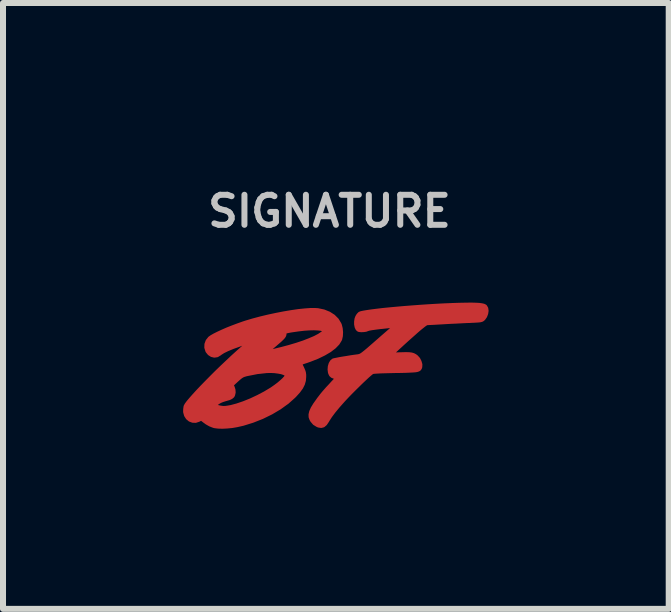
<source format=kicad_pcb>
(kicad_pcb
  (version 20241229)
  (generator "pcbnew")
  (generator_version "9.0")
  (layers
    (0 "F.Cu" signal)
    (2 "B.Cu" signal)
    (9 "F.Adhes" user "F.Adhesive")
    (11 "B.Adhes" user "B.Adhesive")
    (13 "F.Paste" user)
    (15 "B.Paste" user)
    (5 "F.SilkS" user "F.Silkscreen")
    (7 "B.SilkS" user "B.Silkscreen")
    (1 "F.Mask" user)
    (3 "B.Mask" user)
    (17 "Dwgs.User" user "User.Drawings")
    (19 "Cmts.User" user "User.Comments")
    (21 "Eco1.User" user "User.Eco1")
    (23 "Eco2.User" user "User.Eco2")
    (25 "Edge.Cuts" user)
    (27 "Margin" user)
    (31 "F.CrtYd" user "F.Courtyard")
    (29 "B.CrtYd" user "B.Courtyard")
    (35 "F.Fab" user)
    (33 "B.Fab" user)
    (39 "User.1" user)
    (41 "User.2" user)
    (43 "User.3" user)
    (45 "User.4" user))
  (footprint "SIGNATURE"
    (layer "F.Cu")
    (at 2.438 3.008)
    (property "Reference" "SIGNATURE" (at 0 -2.54 0) (layer "Dwgs.User") (effects (font (size 0.5 0.5) (thickness 0.1))))
    (attr through_hole)
    (fp_poly (pts (xy 2.625 -0.881) (xy 2.618 -0.834) (xy 2.6 -0.787) (xy 2.572 -0.747) (xy 2.556 -0.733) (xy 2.544 -0.725) (xy 2.528 -0.719) (xy 2.504 -0.714) (xy 2.47 -0.711) (xy 2.421 -0.708) (xy 2.355 -0.705) (xy 2.347 -0.704) (xy 2.281 -0.702) (xy 2.2 -0.698) (xy 2.11 -0.693) (xy 2.018 -0.689) (xy 1.929 -0.684) (xy 1.9 -0.682) (xy 1.827 -0.678) (xy 1.76 -0.674) (xy 1.703 -0.671) (xy 1.66 -0.669) (xy 1.631 -0.667) (xy 1.622 -0.667) (xy 1.609 -0.66) (xy 1.584 -0.643) (xy 1.551 -0.617) (xy 1.516 -0.589) (xy 1.485 -0.563) (xy 1.444 -0.527) (xy 1.397 -0.485) (xy 1.344 -0.438) (xy 1.29 -0.39) (xy 1.236 -0.341) (xy 1.185 -0.294) (xy 1.139 -0.252) (xy 1.1 -0.216) (xy 1.072 -0.189) (xy 1.056 -0.173) (xy 1.053 -0.17) (xy 1.061 -0.166) (xy 1.087 -0.164) (xy 1.129 -0.164) (xy 1.186 -0.166) (xy 1.193 -0.166) (xy 1.266 -0.168) (xy 1.322 -0.167) (xy 1.365 -0.162) (xy 1.399 -0.152) (xy 1.428 -0.137) (xy 1.452 -0.119) (xy 1.486 -0.081) (xy 1.509 -0.035) (xy 1.522 0.012) (xy 1.52 0.055) (xy 1.513 0.075) (xy 1.505 0.087) (xy 1.495 0.098) (xy 1.48 0.106) (xy 1.459 0.113) (xy 1.429 0.118) (xy 1.388 0.121) (xy 1.334 0.124) (xy 1.265 0.127) (xy 1.178 0.129) (xy 1.095 0.13) (xy 1.01 0.132) (xy 0.931 0.134) (xy 0.861 0.136) (xy 0.801 0.139) (xy 0.756 0.142) (xy 0.728 0.145) (xy 0.72 0.146) (xy 0.703 0.157) (xy 0.674 0.181) (xy 0.634 0.216) (xy 0.587 0.26) (xy 0.533 0.311) (xy 0.476 0.367) (xy 0.417 0.425) (xy 0.359 0.483) (xy 0.304 0.54) (xy 0.254 0.593) (xy 0.23 0.619) (xy 0.146 0.714) (xy 0.076 0.799) (xy 0.02 0.874) (xy -0.024 0.942) (xy -0.031 0.955) (xy -0.065 1.005) (xy -0.1 1.035) (xy -0.138 1.045) (xy -0.183 1.038) (xy -0.201 1.031) (xy -0.255 0.998) (xy -0.296 0.95) (xy -0.309 0.927) (xy -0.323 0.888) (xy -0.324 0.845) (xy -0.313 0.797) (xy -0.288 0.741) (xy -0.248 0.675) (xy -0.193 0.598) (xy -0.188 0.59) (xy -0.157 0.55) (xy -0.131 0.516) (xy -0.104 0.483) (xy -0.074 0.449) (xy -0.039 0.409) (xy 0.006 0.361) (xy 0.045 0.318) (xy 0.118 0.24) (xy 0.08 0.227) (xy 0.041 0.211) (xy 0.018 0.19) (xy 0.003 0.158) (xy -0.001 0.145) (xy -0.007 0.096) (xy -0.003 0.045) (xy 0.011 -0.002) (xy 0.033 -0.039) (xy 0.061 -0.062) (xy 0.063 -0.063) (xy 0.082 -0.068) (xy 0.118 -0.075) (xy 0.167 -0.085) (xy 0.226 -0.095) (xy 0.29 -0.105) (xy 0.355 -0.116) (xy 0.418 -0.125) (xy 0.472 -0.132) (xy 0.488 -0.135) (xy 0.504 -0.139) (xy 0.52 -0.147) (xy 0.54 -0.159) (xy 0.565 -0.178) (xy 0.598 -0.204) (xy 0.641 -0.24) (xy 0.695 -0.287) (xy 0.758 -0.342) (xy 0.82 -0.396) (xy 0.879 -0.448) (xy 0.932 -0.494) (xy 0.978 -0.534) (xy 1.013 -0.564) (xy 1.035 -0.583) (xy 1.037 -0.585) (xy 1.06 -0.606) (xy 1.072 -0.62) (xy 1.071 -0.624) (xy 1.058 -0.623) (xy 1.026 -0.62) (xy 0.981 -0.616) (xy 0.925 -0.61) (xy 0.861 -0.603) (xy 0.856 -0.603) (xy 0.775 -0.593) (xy 0.71 -0.584) (xy 0.663 -0.576) (xy 0.636 -0.568) (xy 0.631 -0.566) (xy 0.607 -0.557) (xy 0.571 -0.552) (xy 0.531 -0.55) (xy 0.496 -0.553) (xy 0.482 -0.557) (xy 0.46 -0.576) (xy 0.444 -0.61) (xy 0.435 -0.654) (xy 0.435 -0.702) (xy 0.442 -0.749) (xy 0.455 -0.783) (xy 0.474 -0.814) (xy 0.496 -0.837) (xy 0.501 -0.841) (xy 0.524 -0.85) (xy 0.565 -0.859) (xy 0.625 -0.869) (xy 0.7 -0.88) (xy 0.788 -0.891) (xy 0.889 -0.903) (xy 1 -0.914) (xy 1.119 -0.925) (xy 1.244 -0.936) (xy 1.374 -0.946) (xy 1.507 -0.956) (xy 1.64 -0.965) (xy 1.773 -0.973) (xy 1.903 -0.98) (xy 2.028 -0.985) (xy 2.043 -0.986) (xy 2.169 -0.99) (xy 2.275 -0.992) (xy 2.364 -0.993) (xy 2.435 -0.991) (xy 2.492 -0.988) (xy 2.536 -0.982) (xy 2.568 -0.975) (xy 2.591 -0.964) (xy 2.6 -0.957) (xy 2.619 -0.924) (xy 2.625 -0.881)) (stroke (width 0.05) (type solid)) (fill yes) (layer "F.Cu"))
    (fp_poly (pts (xy 0.201 -0.525) (xy 0.198 -0.462) (xy 0.186 -0.408) (xy 0.18 -0.395) (xy 0.143 -0.335) (xy 0.085 -0.275) (xy 0.008 -0.216) (xy -0.08 -0.164) (xy -0.08 -0.547) (xy -0.106 -0.562) (xy -0.14 -0.573) (xy -0.192 -0.579) (xy -0.259 -0.582) (xy -0.337 -0.58) (xy -0.425 -0.574) (xy -0.518 -0.563) (xy -0.615 -0.549) (xy -0.648 -0.544) (xy -0.692 -0.535) (xy -0.72 -0.529) (xy -0.734 -0.522) (xy -0.74 -0.512) (xy -0.741 -0.498) (xy -0.741 -0.498) (xy -0.743 -0.48) (xy -0.75 -0.462) (xy -0.764 -0.441) (xy -0.788 -0.415) (xy -0.823 -0.382) (xy -0.872 -0.34) (xy -0.904 -0.312) (xy -0.947 -0.276) (xy -0.983 -0.244) (xy -1.01 -0.221) (xy -1.025 -0.207) (xy -1.027 -0.205) (xy -1.02 -0.204) (xy -1.001 -0.207) (xy -0.966 -0.214) (xy -0.916 -0.225) (xy -0.847 -0.242) (xy -0.794 -0.255) (xy -0.667 -0.289) (xy -0.546 -0.325) (xy -0.435 -0.362) (xy -0.335 -0.401) (xy -0.248 -0.438) (xy -0.177 -0.475) (xy -0.125 -0.51) (xy -0.117 -0.516) (xy -0.08 -0.547) (xy -0.08 -0.164) (xy -0.087 -0.16) (xy -0.198 -0.106) (xy -0.325 -0.056) (xy -0.376 -0.038) (xy -0.416 -0.025) (xy -0.449 -0.014) (xy -0.469 -0.007) (xy -0.472 -0.006) (xy -0.474 0.005) (xy -0.466 0.032) (xy -0.448 0.069) (xy -0.429 0.112) (xy -0.418 0.146) (xy -0.413 0.184) (xy -0.413 0.217) (xy -0.418 0.28) (xy -0.435 0.34) (xy -0.465 0.4) (xy -0.511 0.463) (xy -0.573 0.532) (xy -0.592 0.551) (xy -0.701 0.648) (xy -0.72 0.661) (xy -0.72 0.198) (xy -0.73 0.18) (xy -0.758 0.164) (xy -0.8 0.15) (xy -0.854 0.14) (xy -0.916 0.132) (xy -0.982 0.129) (xy -1.048 0.131) (xy -1.203 0.148) (xy -1.36 0.179) (xy -1.388 0.185) (xy -1.422 0.195) (xy -1.45 0.207) (xy -1.477 0.225) (xy -1.51 0.252) (xy -1.54 0.279) (xy -1.622 0.355) (xy -1.605 0.389) (xy -1.591 0.433) (xy -1.588 0.48) (xy -1.598 0.523) (xy -1.609 0.543) (xy -1.634 0.564) (xy -1.668 0.581) (xy -1.675 0.583) (xy -1.738 0.601) (xy -1.784 0.616) (xy -1.82 0.631) (xy -1.849 0.648) (xy -1.863 0.658) (xy -1.886 0.677) (xy -1.899 0.692) (xy -1.9 0.697) (xy -1.883 0.706) (xy -1.852 0.715) (xy -1.815 0.723) (xy -1.778 0.728) (xy -1.764 0.729) (xy -1.734 0.728) (xy -1.692 0.722) (xy -1.646 0.714) (xy -1.644 0.714) (xy -1.543 0.687) (xy -1.431 0.649) (xy -1.312 0.601) (xy -1.193 0.545) (xy -1.077 0.484) (xy -0.969 0.419) (xy -0.957 0.411) (xy -0.903 0.373) (xy -0.851 0.334) (xy -0.804 0.294) (xy -0.765 0.258) (xy -0.737 0.227) (xy -0.721 0.205) (xy -0.72 0.198) (xy -0.72 0.661) (xy -0.828 0.739) (xy -0.968 0.822) (xy -1.119 0.896) (xy -1.276 0.958) (xy -1.436 1.008) (xy -1.541 1.032) (xy -1.622 1.046) (xy -1.704 1.054) (xy -1.783 1.058) (xy -1.853 1.056) (xy -1.911 1.049) (xy -1.931 1.044) (xy -1.99 1.021) (xy -2.045 0.99) (xy -2.088 0.959) (xy -2.136 0.922) (xy -2.177 0.943) (xy -2.229 0.96) (xy -2.28 0.958) (xy -2.328 0.94) (xy -2.368 0.907) (xy -2.397 0.862) (xy -2.412 0.808) (xy -2.413 0.788) (xy -2.411 0.749) (xy -2.406 0.715) (xy -2.402 0.703) (xy -2.387 0.676) (xy -2.358 0.637) (xy -2.316 0.587) (xy -2.263 0.527) (xy -2.201 0.459) (xy -2.13 0.384) (xy -2.053 0.305) (xy -1.97 0.221) (xy -1.885 0.136) (xy -1.797 0.051) (xy -1.708 -0.033) (xy -1.621 -0.115) (xy -1.536 -0.192) (xy -1.455 -0.264) (xy -1.431 -0.285) (xy -1.396 -0.315) (xy -1.369 -0.339) (xy -1.352 -0.355) (xy -1.348 -0.36) (xy -1.359 -0.357) (xy -1.386 -0.348) (xy -1.426 -0.334) (xy -1.475 -0.318) (xy -1.493 -0.311) (xy -1.605 -0.271) (xy -1.697 -0.233) (xy -1.767 -0.199) (xy -1.817 -0.167) (xy -1.827 -0.159) (xy -1.87 -0.133) (xy -1.918 -0.126) (xy -1.964 -0.137) (xy -2.006 -0.164) (xy -2.04 -0.206) (xy -2.042 -0.211) (xy -2.06 -0.268) (xy -2.058 -0.326) (xy -2.038 -0.381) (xy -1.999 -0.43) (xy -1.999 -0.43) (xy -1.968 -0.452) (xy -1.921 -0.479) (xy -1.859 -0.51) (xy -1.786 -0.544) (xy -1.706 -0.579) (xy -1.62 -0.613) (xy -1.532 -0.646) (xy -1.445 -0.677) (xy -1.397 -0.693) (xy -1.276 -0.729) (xy -1.149 -0.763) (xy -1.019 -0.794) (xy -0.888 -0.822) (xy -0.759 -0.847) (xy -0.635 -0.868) (xy -0.518 -0.885) (xy -0.411 -0.896) (xy -0.317 -0.903) (xy -0.239 -0.903) (xy -0.194 -0.9) (xy -0.094 -0.879) (xy -0.005 -0.843) (xy 0.07 -0.795) (xy 0.13 -0.735) (xy 0.173 -0.664) (xy 0.181 -0.645) (xy 0.195 -0.589) (xy 0.201 -0.525)) (stroke (width 0.05) (type solid)) (fill yes) (layer "F.Cu"))
    (fp_poly (pts (xy 2.625 -0.881) (xy 2.618 -0.834) (xy 2.6 -0.787) (xy 2.572 -0.747) (xy 2.556 -0.733) (xy 2.544 -0.725) (xy 2.528 -0.719) (xy 2.504 -0.714) (xy 2.47 -0.711) (xy 2.421 -0.708) (xy 2.355 -0.705) (xy 2.347 -0.704) (xy 2.281 -0.702) (xy 2.2 -0.698) (xy 2.11 -0.693) (xy 2.018 -0.689) (xy 1.929 -0.684) (xy 1.9 -0.682) (xy 1.827 -0.678) (xy 1.76 -0.674) (xy 1.703 -0.671) (xy 1.66 -0.669) (xy 1.631 -0.667) (xy 1.622 -0.667) (xy 1.609 -0.66) (xy 1.584 -0.643) (xy 1.551 -0.617) (xy 1.516 -0.589) (xy 1.485 -0.563) (xy 1.444 -0.527) (xy 1.397 -0.485) (xy 1.344 -0.438) (xy 1.29 -0.39) (xy 1.236 -0.341) (xy 1.185 -0.294) (xy 1.139 -0.252) (xy 1.1 -0.216) (xy 1.072 -0.189) (xy 1.056 -0.173) (xy 1.053 -0.17) (xy 1.061 -0.166) (xy 1.087 -0.164) (xy 1.129 -0.164) (xy 1.186 -0.166) (xy 1.193 -0.166) (xy 1.266 -0.168) (xy 1.322 -0.167) (xy 1.365 -0.162) (xy 1.399 -0.152) (xy 1.428 -0.137) (xy 1.452 -0.119) (xy 1.486 -0.081) (xy 1.509 -0.035) (xy 1.522 0.012) (xy 1.52 0.055) (xy 1.513 0.075) (xy 1.505 0.087) (xy 1.495 0.098) (xy 1.48 0.106) (xy 1.459 0.113) (xy 1.429 0.118) (xy 1.388 0.121) (xy 1.334 0.124) (xy 1.265 0.127) (xy 1.178 0.129) (xy 1.095 0.13) (xy 1.01 0.132) (xy 0.931 0.134) (xy 0.861 0.136) (xy 0.801 0.139) (xy 0.756 0.142) (xy 0.728 0.145) (xy 0.72 0.146) (xy 0.703 0.157) (xy 0.674 0.181) (xy 0.634 0.216) (xy 0.587 0.26) (xy 0.533 0.311) (xy 0.476 0.367) (xy 0.417 0.425) (xy 0.359 0.483) (xy 0.304 0.54) (xy 0.254 0.593) (xy 0.23 0.619) (xy 0.146 0.714) (xy 0.076 0.799) (xy 0.02 0.874) (xy -0.024 0.942) (xy -0.031 0.955) (xy -0.065 1.005) (xy -0.1 1.035) (xy -0.138 1.045) (xy -0.183 1.038) (xy -0.201 1.031) (xy -0.255 0.998) (xy -0.296 0.95) (xy -0.309 0.927) (xy -0.323 0.888) (xy -0.324 0.845) (xy -0.313 0.797) (xy -0.288 0.741) (xy -0.248 0.675) (xy -0.193 0.598) (xy -0.188 0.59) (xy -0.157 0.55) (xy -0.131 0.516) (xy -0.104 0.483) (xy -0.074 0.449) (xy -0.039 0.409) (xy 0.006 0.361) (xy 0.045 0.318) (xy 0.118 0.24) (xy 0.08 0.227) (xy 0.041 0.211) (xy 0.018 0.19) (xy 0.003 0.158) (xy -0.001 0.145) (xy -0.007 0.096) (xy -0.003 0.045) (xy 0.011 -0.002) (xy 0.033 -0.039) (xy 0.061 -0.062) (xy 0.063 -0.063) (xy 0.082 -0.068) (xy 0.118 -0.075) (xy 0.167 -0.085) (xy 0.226 -0.095) (xy 0.29 -0.105) (xy 0.355 -0.116) (xy 0.418 -0.125) (xy 0.472 -0.132) (xy 0.488 -0.135) (xy 0.504 -0.139) (xy 0.52 -0.147) (xy 0.54 -0.159) (xy 0.565 -0.178) (xy 0.598 -0.204) (xy 0.641 -0.24) (xy 0.695 -0.287) (xy 0.758 -0.342) (xy 0.82 -0.396) (xy 0.879 -0.448) (xy 0.932 -0.494) (xy 0.978 -0.534) (xy 1.013 -0.564) (xy 1.035 -0.583) (xy 1.037 -0.585) (xy 1.06 -0.606) (xy 1.072 -0.62) (xy 1.071 -0.624) (xy 1.058 -0.623) (xy 1.026 -0.62) (xy 0.981 -0.616) (xy 0.925 -0.61) (xy 0.861 -0.603) (xy 0.856 -0.603) (xy 0.775 -0.593) (xy 0.71 -0.584) (xy 0.663 -0.576) (xy 0.636 -0.568) (xy 0.631 -0.566) (xy 0.607 -0.557) (xy 0.571 -0.552) (xy 0.531 -0.55) (xy 0.496 -0.553) (xy 0.482 -0.557) (xy 0.46 -0.576) (xy 0.444 -0.61) (xy 0.435 -0.654) (xy 0.435 -0.702) (xy 0.442 -0.749) (xy 0.455 -0.783) (xy 0.474 -0.814) (xy 0.496 -0.837) (xy 0.501 -0.841) (xy 0.524 -0.85) (xy 0.565 -0.859) (xy 0.625 -0.869) (xy 0.7 -0.88) (xy 0.788 -0.891) (xy 0.889 -0.903) (xy 1 -0.914) (xy 1.119 -0.925) (xy 1.244 -0.936) (xy 1.374 -0.946) (xy 1.507 -0.956) (xy 1.64 -0.965) (xy 1.773 -0.973) (xy 1.903 -0.98) (xy 2.028 -0.985) (xy 2.043 -0.986) (xy 2.169 -0.99) (xy 2.275 -0.992) (xy 2.364 -0.993) (xy 2.435 -0.991) (xy 2.492 -0.988) (xy 2.536 -0.982) (xy 2.568 -0.975) (xy 2.591 -0.964) (xy 2.6 -0.957) (xy 2.619 -0.924) (xy 2.625 -0.881)) (stroke (width 0.05) (type solid)) (fill yes) (layer "F.Mask"))
    (fp_poly (pts (xy 0.201 -0.525) (xy 0.198 -0.462) (xy 0.186 -0.408) (xy 0.18 -0.395) (xy 0.143 -0.335) (xy 0.085 -0.275) (xy 0.008 -0.216) (xy -0.08 -0.164) (xy -0.08 -0.547) (xy -0.106 -0.562) (xy -0.14 -0.573) (xy -0.192 -0.579) (xy -0.259 -0.582) (xy -0.337 -0.58) (xy -0.425 -0.574) (xy -0.518 -0.563) (xy -0.615 -0.549) (xy -0.648 -0.544) (xy -0.692 -0.535) (xy -0.72 -0.529) (xy -0.734 -0.522) (xy -0.74 -0.512) (xy -0.741 -0.498) (xy -0.741 -0.498) (xy -0.743 -0.48) (xy -0.75 -0.462) (xy -0.764 -0.441) (xy -0.788 -0.415) (xy -0.823 -0.382) (xy -0.872 -0.34) (xy -0.904 -0.312) (xy -0.947 -0.276) (xy -0.983 -0.244) (xy -1.01 -0.221) (xy -1.025 -0.207) (xy -1.027 -0.205) (xy -1.02 -0.204) (xy -1.001 -0.207) (xy -0.966 -0.214) (xy -0.916 -0.225) (xy -0.847 -0.242) (xy -0.794 -0.255) (xy -0.667 -0.289) (xy -0.546 -0.325) (xy -0.435 -0.362) (xy -0.335 -0.401) (xy -0.248 -0.438) (xy -0.177 -0.475) (xy -0.125 -0.51) (xy -0.117 -0.516) (xy -0.08 -0.547) (xy -0.08 -0.164) (xy -0.087 -0.16) (xy -0.198 -0.106) (xy -0.325 -0.056) (xy -0.376 -0.038) (xy -0.416 -0.025) (xy -0.449 -0.014) (xy -0.469 -0.007) (xy -0.472 -0.006) (xy -0.474 0.005) (xy -0.466 0.032) (xy -0.448 0.069) (xy -0.429 0.112) (xy -0.418 0.146) (xy -0.413 0.184) (xy -0.413 0.217) (xy -0.418 0.28) (xy -0.435 0.34) (xy -0.465 0.4) (xy -0.511 0.463) (xy -0.573 0.532) (xy -0.592 0.551) (xy -0.701 0.648) (xy -0.72 0.661) (xy -0.72 0.198) (xy -0.73 0.18) (xy -0.758 0.164) (xy -0.8 0.15) (xy -0.854 0.14) (xy -0.916 0.132) (xy -0.982 0.129) (xy -1.048 0.131) (xy -1.203 0.148) (xy -1.36 0.179) (xy -1.388 0.185) (xy -1.422 0.195) (xy -1.45 0.207) (xy -1.477 0.225) (xy -1.51 0.252) (xy -1.54 0.279) (xy -1.622 0.355) (xy -1.605 0.389) (xy -1.591 0.433) (xy -1.588 0.48) (xy -1.598 0.523) (xy -1.609 0.543) (xy -1.634 0.564) (xy -1.668 0.581) (xy -1.675 0.583) (xy -1.738 0.601) (xy -1.784 0.616) (xy -1.82 0.631) (xy -1.849 0.648) (xy -1.863 0.658) (xy -1.886 0.677) (xy -1.899 0.692) (xy -1.9 0.697) (xy -1.883 0.706) (xy -1.852 0.715) (xy -1.815 0.723) (xy -1.778 0.728) (xy -1.764 0.729) (xy -1.734 0.728) (xy -1.692 0.722) (xy -1.646 0.714) (xy -1.644 0.714) (xy -1.543 0.687) (xy -1.431 0.649) (xy -1.312 0.601) (xy -1.193 0.545) (xy -1.077 0.484) (xy -0.969 0.419) (xy -0.957 0.411) (xy -0.903 0.373) (xy -0.851 0.334) (xy -0.804 0.294) (xy -0.765 0.258) (xy -0.737 0.227) (xy -0.721 0.205) (xy -0.72 0.198) (xy -0.72 0.661) (xy -0.828 0.739) (xy -0.968 0.822) (xy -1.119 0.896) (xy -1.276 0.958) (xy -1.436 1.008) (xy -1.541 1.032) (xy -1.622 1.046) (xy -1.704 1.054) (xy -1.783 1.058) (xy -1.853 1.056) (xy -1.911 1.049) (xy -1.931 1.044) (xy -1.99 1.021) (xy -2.045 0.99) (xy -2.088 0.959) (xy -2.136 0.922) (xy -2.177 0.943) (xy -2.229 0.96) (xy -2.28 0.958) (xy -2.328 0.94) (xy -2.368 0.907) (xy -2.397 0.862) (xy -2.412 0.808) (xy -2.413 0.788) (xy -2.411 0.749) (xy -2.406 0.715) (xy -2.402 0.703) (xy -2.387 0.676) (xy -2.358 0.637) (xy -2.316 0.587) (xy -2.263 0.527) (xy -2.201 0.459) (xy -2.13 0.384) (xy -2.053 0.305) (xy -1.97 0.221) (xy -1.885 0.136) (xy -1.797 0.051) (xy -1.708 -0.033) (xy -1.621 -0.115) (xy -1.536 -0.192) (xy -1.455 -0.264) (xy -1.431 -0.285) (xy -1.396 -0.315) (xy -1.369 -0.339) (xy -1.352 -0.355) (xy -1.348 -0.36) (xy -1.359 -0.357) (xy -1.386 -0.348) (xy -1.426 -0.334) (xy -1.475 -0.318) (xy -1.493 -0.311) (xy -1.605 -0.271) (xy -1.697 -0.233) (xy -1.767 -0.199) (xy -1.817 -0.167) (xy -1.827 -0.159) (xy -1.87 -0.133) (xy -1.918 -0.126) (xy -1.964 -0.137) (xy -2.006 -0.164) (xy -2.04 -0.206) (xy -2.042 -0.211) (xy -2.06 -0.268) (xy -2.058 -0.326) (xy -2.038 -0.381) (xy -1.999 -0.43) (xy -1.999 -0.43) (xy -1.968 -0.452) (xy -1.921 -0.479) (xy -1.859 -0.51) (xy -1.786 -0.544) (xy -1.706 -0.579) (xy -1.62 -0.613) (xy -1.532 -0.646) (xy -1.445 -0.677) (xy -1.397 -0.693) (xy -1.276 -0.729) (xy -1.149 -0.763) (xy -1.019 -0.794) (xy -0.888 -0.822) (xy -0.759 -0.847) (xy -0.635 -0.868) (xy -0.518 -0.885) (xy -0.411 -0.896) (xy -0.317 -0.903) (xy -0.239 -0.903) (xy -0.194 -0.9) (xy -0.094 -0.879) (xy -0.005 -0.843) (xy 0.07 -0.795) (xy 0.13 -0.735) (xy 0.173 -0.664) (xy 0.181 -0.645) (xy 0.195 -0.589) (xy 0.201 -0.525)) (stroke (width 0.05) (type solid)) (fill yes) (layer "F.Mask")))
  (gr_rect
    (start -3 -3)
    (end 8.088 7.091)
    (stroke (width 0.1) (type default))
    (fill no)
    (layer "Edge.Cuts")))
</source>
